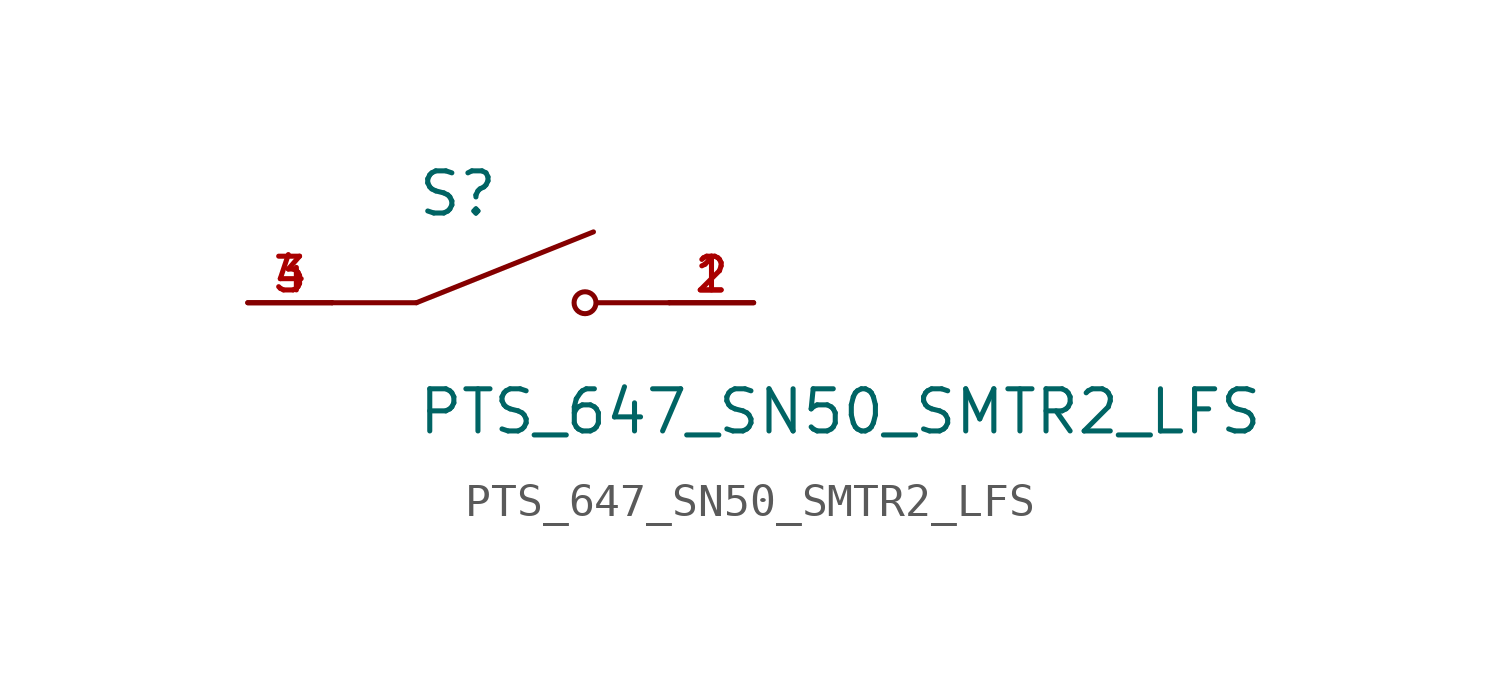
<source format=kicad_sym>
(kicad_symbol_lib
  (version 20211014)
  (generator kicad_symbol_editor)
  (symbol "PTS_647_SN50_SMTR2_LFS"
    (pin_names
      (offset 1.016))
    (property "Reference" "S"
      (at -2.54 2.54 0)
      (effects (font (size 1.27 1.27)) (justify bottom left)))
    (property "Value" "PTS_647_SN50_SMTR2_LFS"
      (at -2.54 -2.54 0)
      (effects (font (size 1.27 1.27)) (justify top left)))
    (symbol "PTS_647_SN50_SMTR2_LFS_0_0"
      (polyline (pts (xy -2.54 0.0) (xy 2.794 2.134)) (stroke (width 0.152)))
      (circle (center 2.54 0.0) (radius 0.33) (stroke (width 0.152)) (fill (type none)))
      (polyline (pts (xy 5.08 0.0) (xy 2.921 0.0)) (stroke (width 0.152)))
      (polyline (pts (xy -2.54 0.0) (xy -5.08 0.0)) (stroke (width 0.152)))
      (pin passive line (at -7.62 0.0 0) (length 2.54) (name "~" (effects (font (size 1.016 1.016)))) (number "3" (effects (font (size 1.016 1.016)))))
      (pin passive line (at -7.62 0.0 0) (length 2.54) (name "~" (effects (font (size 1.016 1.016)))) (number "4" (effects (font (size 1.016 1.016)))))
      (pin passive line (at 7.62 0.0 180.0) (length 2.54) (name "~" (effects (font (size 1.016 1.016)))) (number "1" (effects (font (size 1.016 1.016)))))
      (pin passive line (at 7.62 0.0 180.0) (length 2.54) (name "~" (effects (font (size 1.016 1.016)))) (number "2" (effects (font (size 1.016 1.016))))))))
</source>
